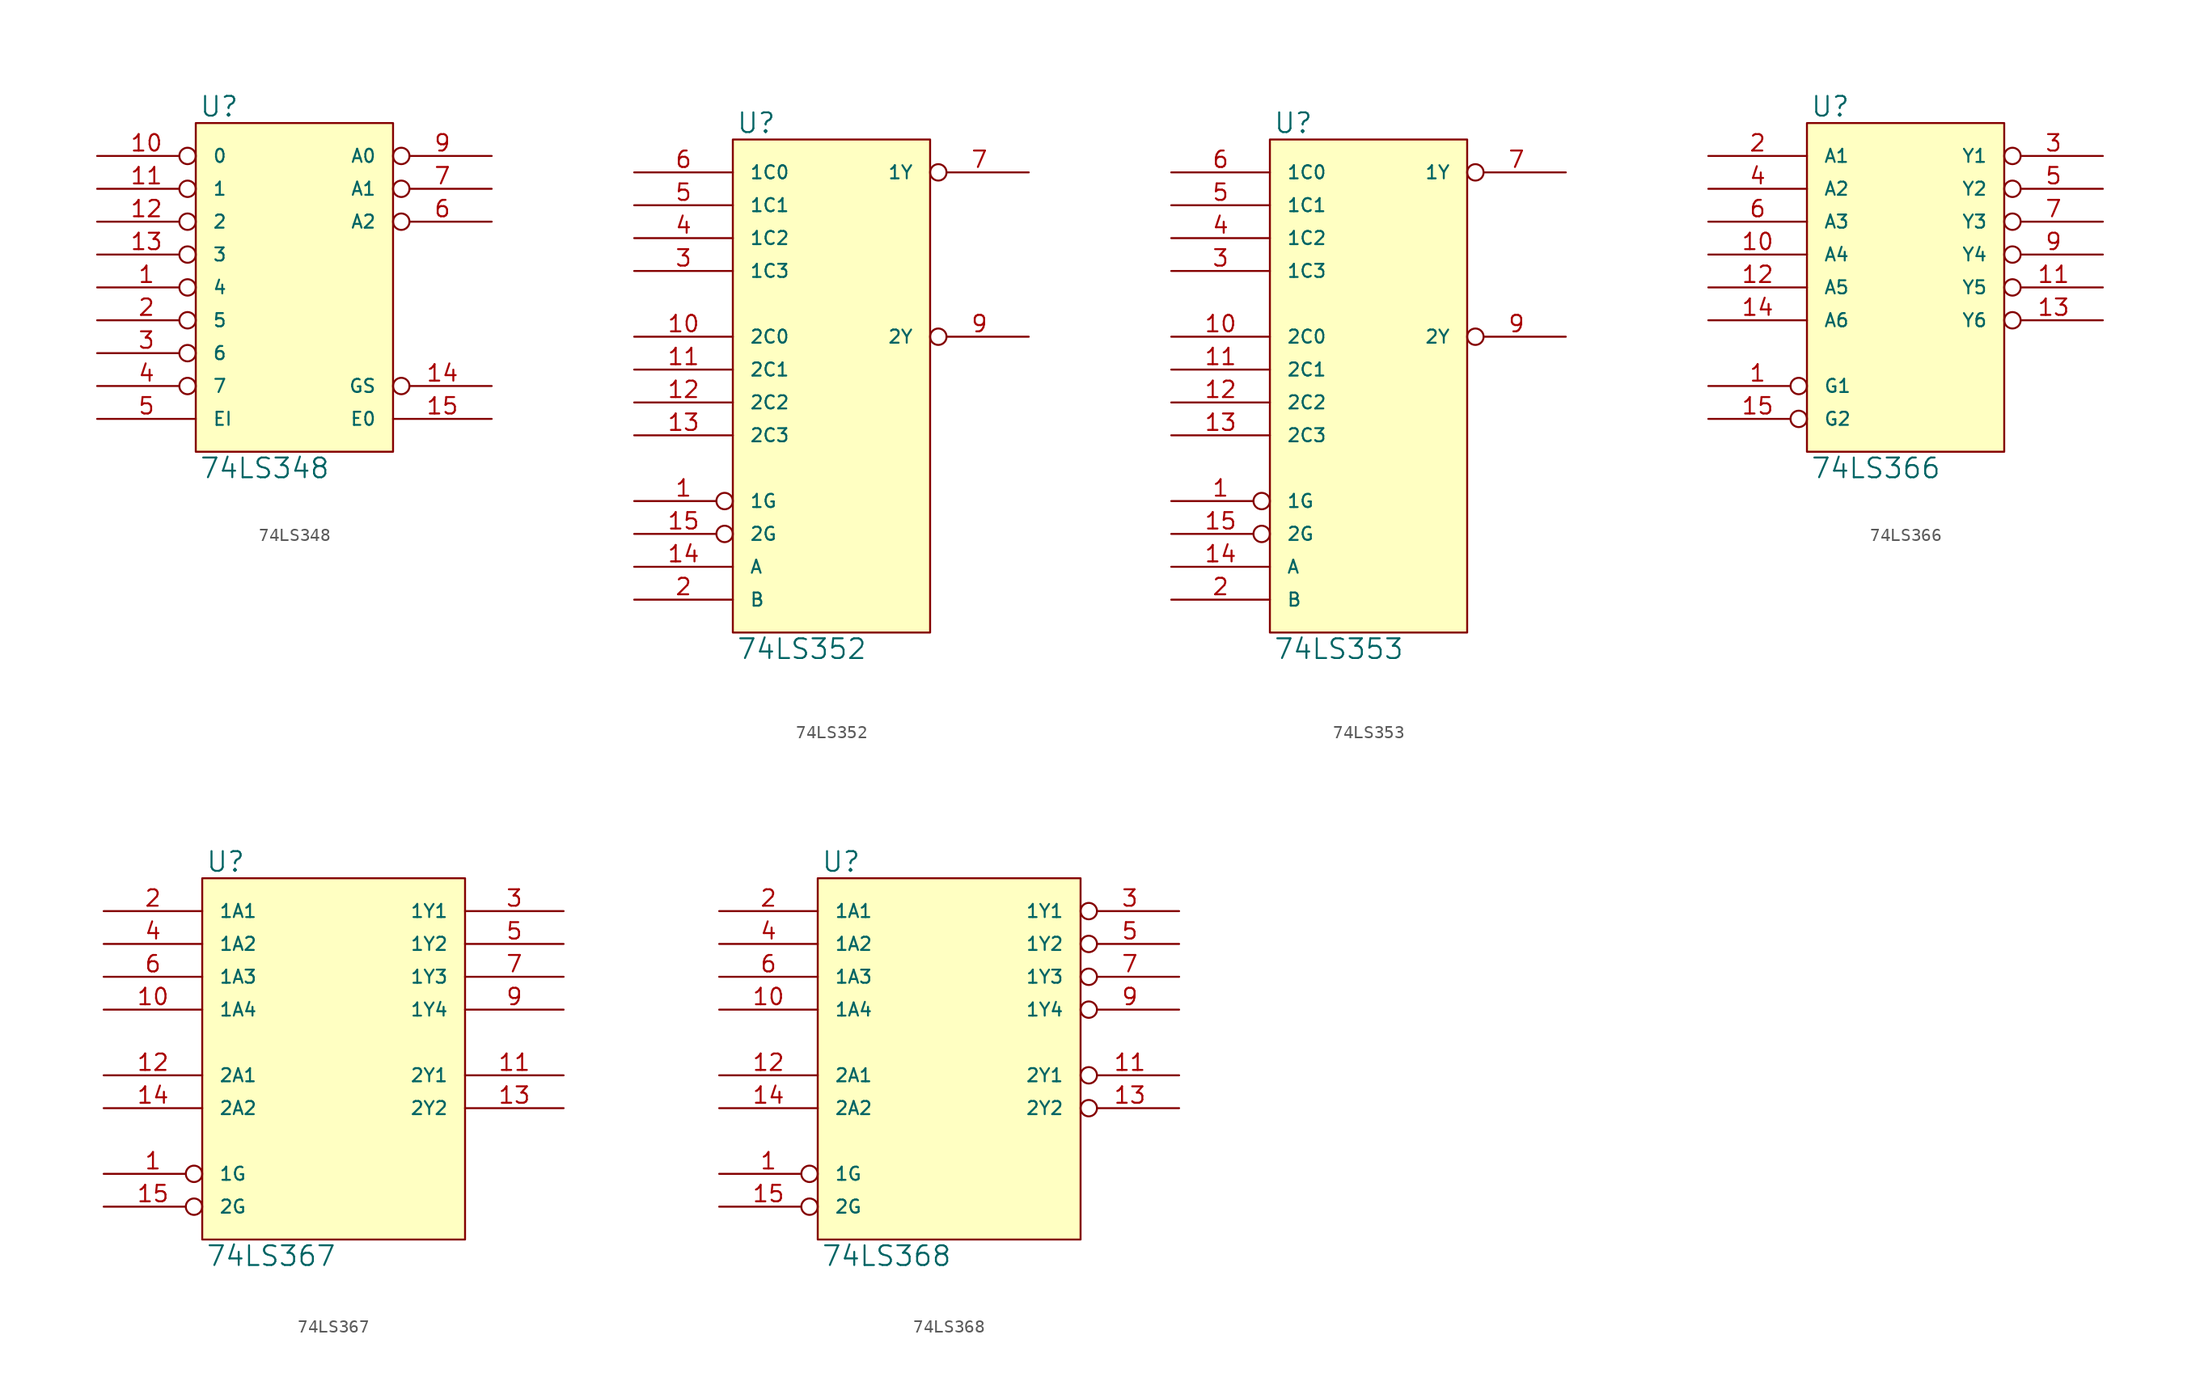
<source format=kicad_sym>
(kicad_symbol_lib
  (version 20231120)
  (generator "kicad_symbol_editor")
  (generator_version "8.0")
  (symbol "74LS348"
    (pin_names
      (offset 1.27))
    (property "Reference" "U"
      (at 0.254 0.381 0)
      (effects (font (size 1.524 1.524)) (justify left bottom)))
    (property "Value" "74LS348"
      (at 0.254 -25.781 0)
      (effects (font (size 1.524 1.524)) (justify left top)))
    (symbol "74LS348_0_1"
      (rectangle (start 0 0) (end 15.24 -25.4) (stroke (width 0) (type solid)) (fill (type background))))
    (symbol "74LS348_1_1"
      (pin input inverted (at -7.62 -12.7 0) (length 7.62) (name "4" (effects (font (size 1.016 1.016)))) (number "1" (effects (font (size 1.27 1.27)))))
      (pin input inverted (at -7.62 -2.54 0) (length 7.62) (name "0" (effects (font (size 1.016 1.016)))) (number "10" (effects (font (size 1.27 1.27)))))
      (pin input inverted (at -7.62 -5.08 0) (length 7.62) (name "1" (effects (font (size 1.016 1.016)))) (number "11" (effects (font (size 1.27 1.27)))))
      (pin input inverted (at -7.62 -7.62 0) (length 7.62) (name "2" (effects (font (size 1.016 1.016)))) (number "12" (effects (font (size 1.27 1.27)))))
      (pin input inverted (at -7.62 -10.16 0) (length 7.62) (name "3" (effects (font (size 1.016 1.016)))) (number "13" (effects (font (size 1.27 1.27)))))
      (pin tri_state inverted (at 22.86 -20.32 180) (length 7.62) (name "GS" (effects (font (size 1.016 1.016)))) (number "14" (effects (font (size 1.27 1.27)))))
      (pin output line (at 22.86 -22.86 180) (length 7.62) (name "E0" (effects (font (size 1.016 1.016)))) (number "15" (effects (font (size 1.27 1.27)))))
      (pin power_in line (at 0 0 270) (length 0) hide (name "VCC" (effects (font (size 1.016 1.016)))) (number "16" (effects (font (size 1.27 1.27)))))
      (pin input inverted (at -7.62 -15.24 0) (length 7.62) (name "5" (effects (font (size 1.016 1.016)))) (number "2" (effects (font (size 1.27 1.27)))))
      (pin input inverted (at -7.62 -17.78 0) (length 7.62) (name "6" (effects (font (size 1.016 1.016)))) (number "3" (effects (font (size 1.27 1.27)))))
      (pin input inverted (at -7.62 -20.32 0) (length 7.62) (name "7" (effects (font (size 1.016 1.016)))) (number "4" (effects (font (size 1.27 1.27)))))
      (pin input line (at -7.62 -22.86 0) (length 7.62) (name "EI" (effects (font (size 1.016 1.016)))) (number "5" (effects (font (size 1.27 1.27)))))
      (pin tri_state inverted (at 22.86 -7.62 180) (length 7.62) (name "A2" (effects (font (size 1.016 1.016)))) (number "6" (effects (font (size 1.27 1.27)))))
      (pin tri_state inverted (at 22.86 -5.08 180) (length 7.62) (name "A1" (effects (font (size 1.016 1.016)))) (number "7" (effects (font (size 1.27 1.27)))))
      (pin power_in line (at 0 -25.4 90) (length 0) hide (name "GND" (effects (font (size 1.016 1.016)))) (number "8" (effects (font (size 1.27 1.27)))))
      (pin tri_state inverted (at 22.86 -2.54 180) (length 7.62) (name "A0" (effects (font (size 1.016 1.016)))) (number "9" (effects (font (size 1.27 1.27)))))))
  (symbol "74LS352"
    (pin_names
      (offset 1.27))
    (property "Reference" "U"
      (at 0.254 0.381 0)
      (effects (font (size 1.524 1.524)) (justify left bottom)))
    (property "Value" "74LS352"
      (at 0.254 -38.481 0)
      (effects (font (size 1.524 1.524)) (justify left top)))
    (symbol "74LS352_0_1"
      (rectangle (start 0 0) (end 15.24 -38.1) (stroke (width 0) (type solid)) (fill (type background))))
    (symbol "74LS352_1_1"
      (pin input inverted (at -7.62 -27.94 0) (length 7.62) (name "1G" (effects (font (size 1.016 1.016)))) (number "1" (effects (font (size 1.27 1.27)))))
      (pin input line (at -7.62 -15.24 0) (length 7.62) (name "2C0" (effects (font (size 1.016 1.016)))) (number "10" (effects (font (size 1.27 1.27)))))
      (pin input line (at -7.62 -17.78 0) (length 7.62) (name "2C1" (effects (font (size 1.016 1.016)))) (number "11" (effects (font (size 1.27 1.27)))))
      (pin input line (at -7.62 -20.32 0) (length 7.62) (name "2C2" (effects (font (size 1.016 1.016)))) (number "12" (effects (font (size 1.27 1.27)))))
      (pin input line (at -7.62 -22.86 0) (length 7.62) (name "2C3" (effects (font (size 1.016 1.016)))) (number "13" (effects (font (size 1.27 1.27)))))
      (pin input line (at -7.62 -33.02 0) (length 7.62) (name "A" (effects (font (size 1.016 1.016)))) (number "14" (effects (font (size 1.27 1.27)))))
      (pin input inverted (at -7.62 -30.48 0) (length 7.62) (name "2G" (effects (font (size 1.016 1.016)))) (number "15" (effects (font (size 1.27 1.27)))))
      (pin power_in line (at 0 0 270) (length 0) hide (name "VCC" (effects (font (size 1.016 1.016)))) (number "16" (effects (font (size 1.27 1.27)))))
      (pin input line (at -7.62 -35.56 0) (length 7.62) (name "B" (effects (font (size 1.016 1.016)))) (number "2" (effects (font (size 1.27 1.27)))))
      (pin input line (at -7.62 -10.16 0) (length 7.62) (name "1C3" (effects (font (size 1.016 1.016)))) (number "3" (effects (font (size 1.27 1.27)))))
      (pin input line (at -7.62 -7.62 0) (length 7.62) (name "1C2" (effects (font (size 1.016 1.016)))) (number "4" (effects (font (size 1.27 1.27)))))
      (pin input line (at -7.62 -5.08 0) (length 7.62) (name "1C1" (effects (font (size 1.016 1.016)))) (number "5" (effects (font (size 1.27 1.27)))))
      (pin input line (at -7.62 -2.54 0) (length 7.62) (name "1C0" (effects (font (size 1.016 1.016)))) (number "6" (effects (font (size 1.27 1.27)))))
      (pin output inverted (at 22.86 -2.54 180) (length 7.62) (name "1Y" (effects (font (size 1.016 1.016)))) (number "7" (effects (font (size 1.27 1.27)))))
      (pin power_in line (at 0 -38.1 90) (length 0) hide (name "GND" (effects (font (size 1.016 1.016)))) (number "8" (effects (font (size 1.27 1.27)))))
      (pin output inverted (at 22.86 -15.24 180) (length 7.62) (name "2Y" (effects (font (size 1.016 1.016)))) (number "9" (effects (font (size 1.27 1.27)))))))
  (symbol "74LS353"
    (pin_names
      (offset 1.27))
    (property "Reference" "U"
      (at 0.254 0.381 0)
      (effects (font (size 1.524 1.524)) (justify left bottom)))
    (property "Value" "74LS353"
      (at 0.254 -38.481 0)
      (effects (font (size 1.524 1.524)) (justify left top)))
    (symbol "74LS353_0_1"
      (rectangle (start 0 0) (end 15.24 -38.1) (stroke (width 0) (type solid)) (fill (type background))))
    (symbol "74LS353_1_1"
      (pin input inverted (at -7.62 -27.94 0) (length 7.62) (name "1G" (effects (font (size 1.016 1.016)))) (number "1" (effects (font (size 1.27 1.27)))))
      (pin input line (at -7.62 -15.24 0) (length 7.62) (name "2C0" (effects (font (size 1.016 1.016)))) (number "10" (effects (font (size 1.27 1.27)))))
      (pin input line (at -7.62 -17.78 0) (length 7.62) (name "2C1" (effects (font (size 1.016 1.016)))) (number "11" (effects (font (size 1.27 1.27)))))
      (pin input line (at -7.62 -20.32 0) (length 7.62) (name "2C2" (effects (font (size 1.016 1.016)))) (number "12" (effects (font (size 1.27 1.27)))))
      (pin input line (at -7.62 -22.86 0) (length 7.62) (name "2C3" (effects (font (size 1.016 1.016)))) (number "13" (effects (font (size 1.27 1.27)))))
      (pin input line (at -7.62 -33.02 0) (length 7.62) (name "A" (effects (font (size 1.016 1.016)))) (number "14" (effects (font (size 1.27 1.27)))))
      (pin input inverted (at -7.62 -30.48 0) (length 7.62) (name "2G" (effects (font (size 1.016 1.016)))) (number "15" (effects (font (size 1.27 1.27)))))
      (pin power_in line (at 0 0 270) (length 0) hide (name "VCC" (effects (font (size 1.016 1.016)))) (number "16" (effects (font (size 1.27 1.27)))))
      (pin input line (at -7.62 -35.56 0) (length 7.62) (name "B" (effects (font (size 1.016 1.016)))) (number "2" (effects (font (size 1.27 1.27)))))
      (pin input line (at -7.62 -10.16 0) (length 7.62) (name "1C3" (effects (font (size 1.016 1.016)))) (number "3" (effects (font (size 1.27 1.27)))))
      (pin input line (at -7.62 -7.62 0) (length 7.62) (name "1C2" (effects (font (size 1.016 1.016)))) (number "4" (effects (font (size 1.27 1.27)))))
      (pin input line (at -7.62 -5.08 0) (length 7.62) (name "1C1" (effects (font (size 1.016 1.016)))) (number "5" (effects (font (size 1.27 1.27)))))
      (pin input line (at -7.62 -2.54 0) (length 7.62) (name "1C0" (effects (font (size 1.016 1.016)))) (number "6" (effects (font (size 1.27 1.27)))))
      (pin tri_state inverted (at 22.86 -2.54 180) (length 7.62) (name "1Y" (effects (font (size 1.016 1.016)))) (number "7" (effects (font (size 1.27 1.27)))))
      (pin power_in line (at 0 -38.1 90) (length 0) hide (name "GND" (effects (font (size 1.016 1.016)))) (number "8" (effects (font (size 1.27 1.27)))))
      (pin tri_state inverted (at 22.86 -15.24 180) (length 7.62) (name "2Y" (effects (font (size 1.016 1.016)))) (number "9" (effects (font (size 1.27 1.27)))))))
  (symbol "74LS366"
    (pin_names
      (offset 1.27))
    (property "Reference" "U"
      (at 0.254 0.381 0)
      (effects (font (size 1.524 1.524)) (justify left bottom)))
    (property "Value" "74LS366"
      (at 0.254 -25.781 0)
      (effects (font (size 1.524 1.524)) (justify left top)))
    (symbol "74LS366_0_1"
      (rectangle (start 0 0) (end 15.24 -25.4) (stroke (width 0) (type solid)) (fill (type background))))
    (symbol "74LS366_1_1"
      (pin input inverted (at -7.62 -20.32 0) (length 7.62) (name "G1" (effects (font (size 1.016 1.016)))) (number "1" (effects (font (size 1.27 1.27)))))
      (pin input line (at -7.62 -10.16 0) (length 7.62) (name "A4" (effects (font (size 1.016 1.016)))) (number "10" (effects (font (size 1.27 1.27)))))
      (pin tri_state inverted (at 22.86 -12.7 180) (length 7.62) (name "Y5" (effects (font (size 1.016 1.016)))) (number "11" (effects (font (size 1.27 1.27)))))
      (pin input line (at -7.62 -12.7 0) (length 7.62) (name "A5" (effects (font (size 1.016 1.016)))) (number "12" (effects (font (size 1.27 1.27)))))
      (pin tri_state inverted (at 22.86 -15.24 180) (length 7.62) (name "Y6" (effects (font (size 1.016 1.016)))) (number "13" (effects (font (size 1.27 1.27)))))
      (pin input line (at -7.62 -15.24 0) (length 7.62) (name "A6" (effects (font (size 1.016 1.016)))) (number "14" (effects (font (size 1.27 1.27)))))
      (pin input inverted (at -7.62 -22.86 0) (length 7.62) (name "G2" (effects (font (size 1.016 1.016)))) (number "15" (effects (font (size 1.27 1.27)))))
      (pin power_in line (at 0 0 270) (length 0) hide (name "VCC" (effects (font (size 1.016 1.016)))) (number "16" (effects (font (size 1.27 1.27)))))
      (pin input line (at -7.62 -2.54 0) (length 7.62) (name "A1" (effects (font (size 1.016 1.016)))) (number "2" (effects (font (size 1.27 1.27)))))
      (pin tri_state inverted (at 22.86 -2.54 180) (length 7.62) (name "Y1" (effects (font (size 1.016 1.016)))) (number "3" (effects (font (size 1.27 1.27)))))
      (pin input line (at -7.62 -5.08 0) (length 7.62) (name "A2" (effects (font (size 1.016 1.016)))) (number "4" (effects (font (size 1.27 1.27)))))
      (pin tri_state inverted (at 22.86 -5.08 180) (length 7.62) (name "Y2" (effects (font (size 1.016 1.016)))) (number "5" (effects (font (size 1.27 1.27)))))
      (pin input line (at -7.62 -7.62 0) (length 7.62) (name "A3" (effects (font (size 1.016 1.016)))) (number "6" (effects (font (size 1.27 1.27)))))
      (pin tri_state inverted (at 22.86 -7.62 180) (length 7.62) (name "Y3" (effects (font (size 1.016 1.016)))) (number "7" (effects (font (size 1.27 1.27)))))
      (pin power_in line (at 0 -25.4 90) (length 0) hide (name "GND" (effects (font (size 1.016 1.016)))) (number "8" (effects (font (size 1.27 1.27)))))
      (pin tri_state inverted (at 22.86 -10.16 180) (length 7.62) (name "Y4" (effects (font (size 1.016 1.016)))) (number "9" (effects (font (size 1.27 1.27)))))))
  (symbol "74LS367"
    (pin_names
      (offset 1.27))
    (property "Reference" "U"
      (at 0.254 0.381 0)
      (effects (font (size 1.524 1.524)) (justify left bottom)))
    (property "Value" "74LS367"
      (at 0.254 -28.321 0)
      (effects (font (size 1.524 1.524)) (justify left top)))
    (symbol "74LS367_0_1"
      (rectangle (start 0 0) (end 20.32 -27.94) (stroke (width 0) (type solid)) (fill (type background))))
    (symbol "74LS367_1_1"
      (pin input inverted (at -7.62 -22.86 0) (length 7.62) (name "1G" (effects (font (size 1.016 1.016)))) (number "1" (effects (font (size 1.27 1.27)))))
      (pin input line (at -7.62 -10.16 0) (length 7.62) (name "1A4" (effects (font (size 1.016 1.016)))) (number "10" (effects (font (size 1.27 1.27)))))
      (pin tri_state line (at 27.94 -15.24 180) (length 7.62) (name "2Y1" (effects (font (size 1.016 1.016)))) (number "11" (effects (font (size 1.27 1.27)))))
      (pin input line (at -7.62 -15.24 0) (length 7.62) (name "2A1" (effects (font (size 1.016 1.016)))) (number "12" (effects (font (size 1.27 1.27)))))
      (pin tri_state line (at 27.94 -17.78 180) (length 7.62) (name "2Y2" (effects (font (size 1.016 1.016)))) (number "13" (effects (font (size 1.27 1.27)))))
      (pin input line (at -7.62 -17.78 0) (length 7.62) (name "2A2" (effects (font (size 1.016 1.016)))) (number "14" (effects (font (size 1.27 1.27)))))
      (pin input inverted (at -7.62 -25.4 0) (length 7.62) (name "2G" (effects (font (size 1.016 1.016)))) (number "15" (effects (font (size 1.27 1.27)))))
      (pin power_in line (at 0 0 270) (length 0) hide (name "VCC" (effects (font (size 1.016 1.016)))) (number "16" (effects (font (size 1.27 1.27)))))
      (pin input line (at -7.62 -2.54 0) (length 7.62) (name "1A1" (effects (font (size 1.016 1.016)))) (number "2" (effects (font (size 1.27 1.27)))))
      (pin tri_state line (at 27.94 -2.54 180) (length 7.62) (name "1Y1" (effects (font (size 1.016 1.016)))) (number "3" (effects (font (size 1.27 1.27)))))
      (pin input line (at -7.62 -5.08 0) (length 7.62) (name "1A2" (effects (font (size 1.016 1.016)))) (number "4" (effects (font (size 1.27 1.27)))))
      (pin tri_state line (at 27.94 -5.08 180) (length 7.62) (name "1Y2" (effects (font (size 1.016 1.016)))) (number "5" (effects (font (size 1.27 1.27)))))
      (pin input line (at -7.62 -7.62 0) (length 7.62) (name "1A3" (effects (font (size 1.016 1.016)))) (number "6" (effects (font (size 1.27 1.27)))))
      (pin tri_state line (at 27.94 -7.62 180) (length 7.62) (name "1Y3" (effects (font (size 1.016 1.016)))) (number "7" (effects (font (size 1.27 1.27)))))
      (pin power_in line (at 0 -27.94 90) (length 0) hide (name "GND" (effects (font (size 1.016 1.016)))) (number "8" (effects (font (size 1.27 1.27)))))
      (pin tri_state line (at 27.94 -10.16 180) (length 7.62) (name "1Y4" (effects (font (size 1.016 1.016)))) (number "9" (effects (font (size 1.27 1.27)))))))
  (symbol "74LS368"
    (pin_names
      (offset 1.27))
    (property "Reference" "U"
      (at 0.254 0.381 0)
      (effects (font (size 1.524 1.524)) (justify left bottom)))
    (property "Value" "74LS368"
      (at 0.254 -28.321 0)
      (effects (font (size 1.524 1.524)) (justify left top)))
    (symbol "74LS368_0_1"
      (rectangle (start 0 0) (end 20.32 -27.94) (stroke (width 0) (type solid)) (fill (type background))))
    (symbol "74LS368_1_1"
      (pin input inverted (at -7.62 -22.86 0) (length 7.62) (name "1G" (effects (font (size 1.016 1.016)))) (number "1" (effects (font (size 1.27 1.27)))))
      (pin input line (at -7.62 -10.16 0) (length 7.62) (name "1A4" (effects (font (size 1.016 1.016)))) (number "10" (effects (font (size 1.27 1.27)))))
      (pin tri_state inverted (at 27.94 -15.24 180) (length 7.62) (name "2Y1" (effects (font (size 1.016 1.016)))) (number "11" (effects (font (size 1.27 1.27)))))
      (pin input line (at -7.62 -15.24 0) (length 7.62) (name "2A1" (effects (font (size 1.016 1.016)))) (number "12" (effects (font (size 1.27 1.27)))))
      (pin tri_state inverted (at 27.94 -17.78 180) (length 7.62) (name "2Y2" (effects (font (size 1.016 1.016)))) (number "13" (effects (font (size 1.27 1.27)))))
      (pin input line (at -7.62 -17.78 0) (length 7.62) (name "2A2" (effects (font (size 1.016 1.016)))) (number "14" (effects (font (size 1.27 1.27)))))
      (pin input inverted (at -7.62 -25.4 0) (length 7.62) (name "2G" (effects (font (size 1.016 1.016)))) (number "15" (effects (font (size 1.27 1.27)))))
      (pin power_in line (at 0 0 270) (length 0) hide (name "VCC" (effects (font (size 1.016 1.016)))) (number "16" (effects (font (size 1.27 1.27)))))
      (pin input line (at -7.62 -2.54 0) (length 7.62) (name "1A1" (effects (font (size 1.016 1.016)))) (number "2" (effects (font (size 1.27 1.27)))))
      (pin tri_state inverted (at 27.94 -2.54 180) (length 7.62) (name "1Y1" (effects (font (size 1.016 1.016)))) (number "3" (effects (font (size 1.27 1.27)))))
      (pin input line (at -7.62 -5.08 0) (length 7.62) (name "1A2" (effects (font (size 1.016 1.016)))) (number "4" (effects (font (size 1.27 1.27)))))
      (pin tri_state inverted (at 27.94 -5.08 180) (length 7.62) (name "1Y2" (effects (font (size 1.016 1.016)))) (number "5" (effects (font (size 1.27 1.27)))))
      (pin input line (at -7.62 -7.62 0) (length 7.62) (name "1A3" (effects (font (size 1.016 1.016)))) (number "6" (effects (font (size 1.27 1.27)))))
      (pin tri_state inverted (at 27.94 -7.62 180) (length 7.62) (name "1Y3" (effects (font (size 1.016 1.016)))) (number "7" (effects (font (size 1.27 1.27)))))
      (pin power_in line (at 0 -27.94 90) (length 0) hide (name "GND" (effects (font (size 1.016 1.016)))) (number "8" (effects (font (size 1.27 1.27)))))
      (pin tri_state inverted (at 27.94 -10.16 180) (length 7.62) (name "1Y4" (effects (font (size 1.016 1.016)))) (number "9" (effects (font (size 1.27 1.27))))))))
</source>
